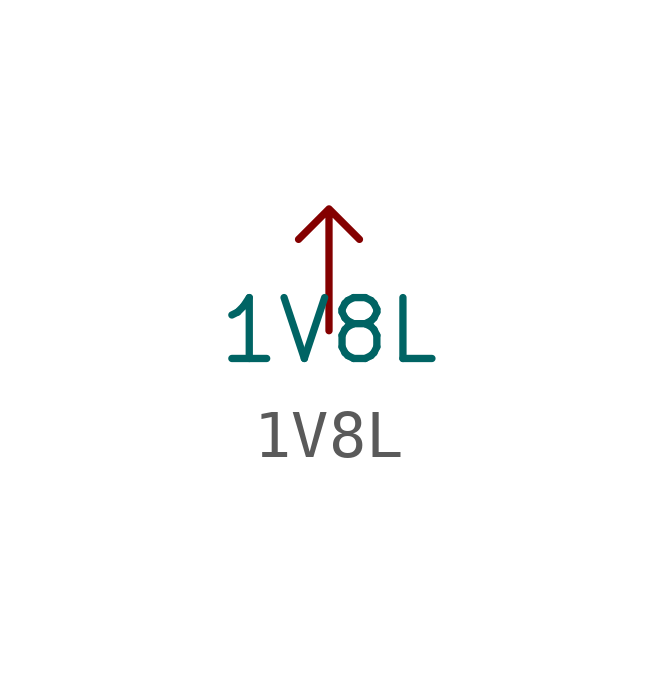
<source format=kicad_sym>
(kicad_symbol_lib
  (version 20231120)
  (generator "kicad_symbol_editor")
  (generator_version "8.0")
  (symbol "1V8L"
    (power)
    (property "Reference" "#PWR"
      (at 0 0 0)
      (effects (font (size 1.27 1.27)) (hide yes)))
    (property "Value" "1V8L"
      (at 0 0 0)
      (effects (font (size 1.27 1.27))))
    (symbol "1V8L_0_1"
      (polyline (pts (xy 0 0) (xy 0 2.54) (xy -0.635 1.905) (xy 0 2.54) (xy 0.635 1.905)) (stroke (width 0) (type default)) (fill (type none))))
    (symbol "1V8L_1_1"
      (pin power_out line (at 0 0 90) (length 2.54) hide (name "1V8L" (effects (font (size 1.27 1.27)))) (number "" (effects (font (size 1.27 1.27))))))))
</source>
